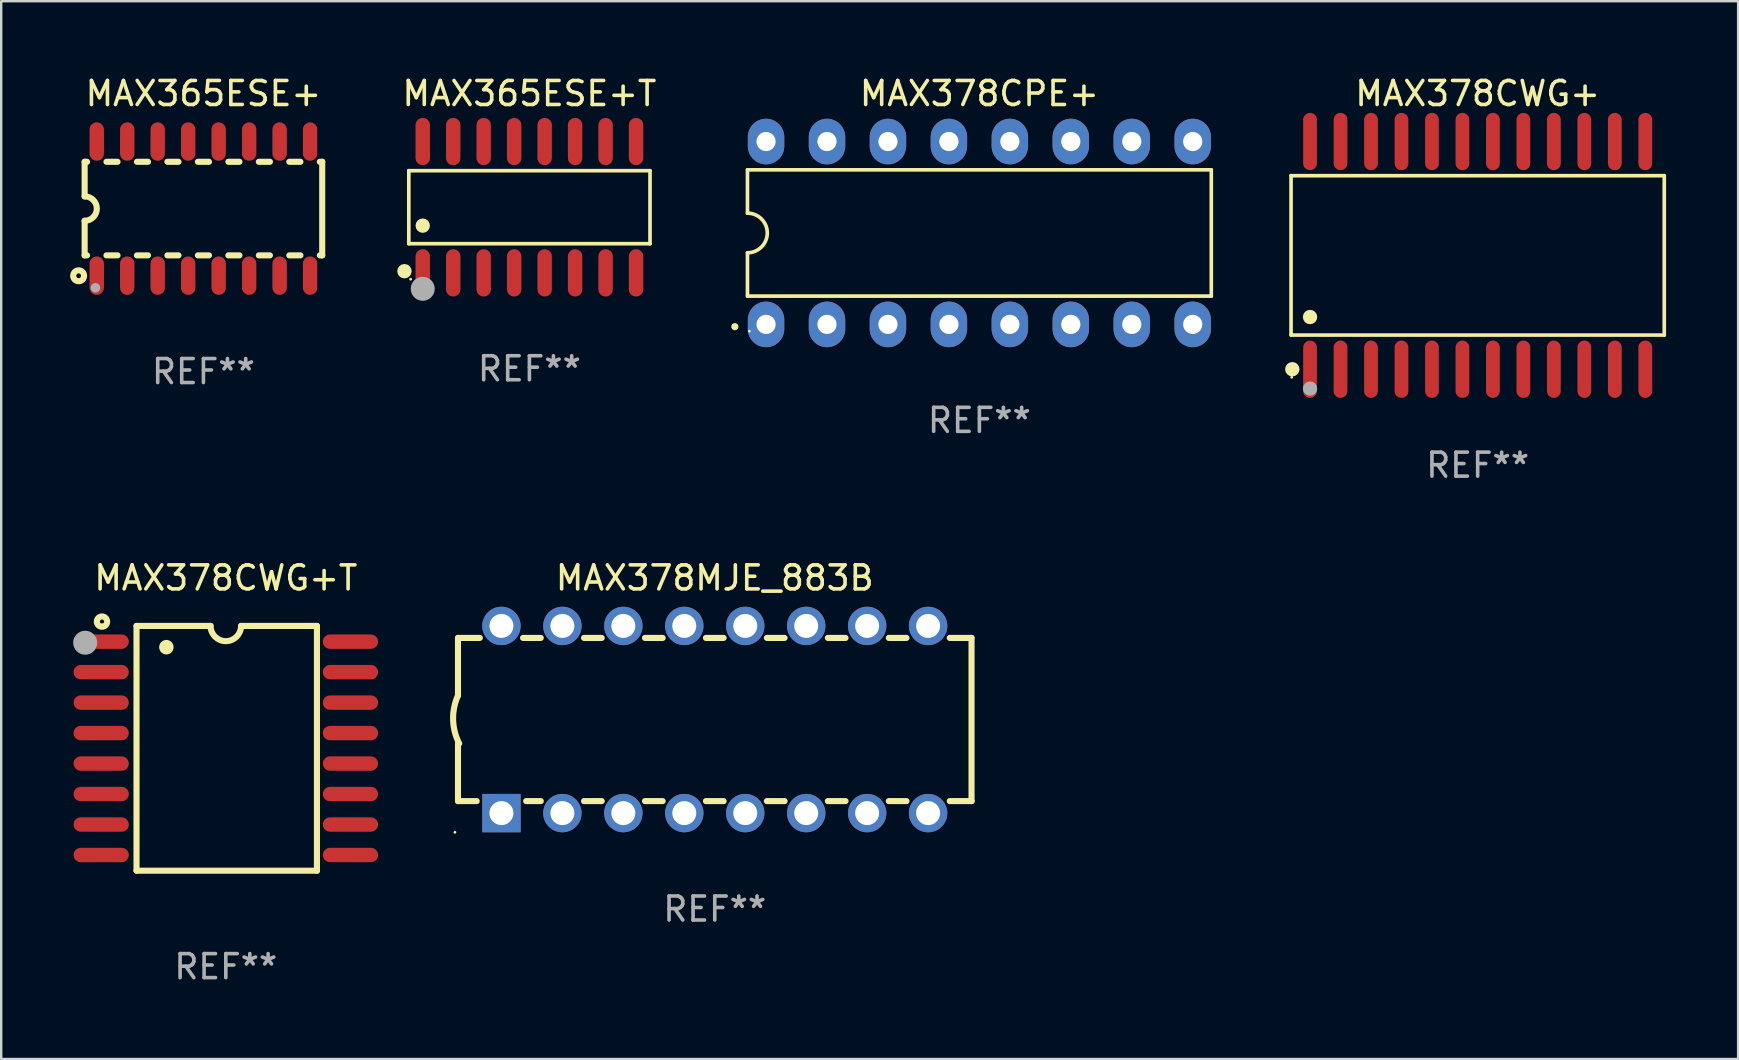
<source format=kicad_pcb>
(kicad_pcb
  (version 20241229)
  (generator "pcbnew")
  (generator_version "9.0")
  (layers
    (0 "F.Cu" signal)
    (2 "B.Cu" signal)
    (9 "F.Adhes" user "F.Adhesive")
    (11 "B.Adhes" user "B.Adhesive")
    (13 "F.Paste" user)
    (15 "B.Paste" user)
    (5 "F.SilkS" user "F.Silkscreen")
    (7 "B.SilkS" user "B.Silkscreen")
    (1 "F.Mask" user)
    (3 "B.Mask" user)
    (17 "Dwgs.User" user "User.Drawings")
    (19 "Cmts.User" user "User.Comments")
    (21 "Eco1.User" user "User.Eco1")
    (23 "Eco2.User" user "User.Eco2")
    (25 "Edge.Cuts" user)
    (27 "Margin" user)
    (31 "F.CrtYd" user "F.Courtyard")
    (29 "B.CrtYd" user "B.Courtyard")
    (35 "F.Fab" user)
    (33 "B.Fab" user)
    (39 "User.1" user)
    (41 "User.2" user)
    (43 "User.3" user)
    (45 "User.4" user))
  (footprint "MAX378CWG+T"
    (layer "F.Cu")
    (at 6.36 28.133)
    (property "Reference" "MAX378CWG+T" (at 0 -7.1 0) (layer "F.SilkS") (effects (font (size 1 1) (thickness 0.15))))
    (attr through_hole)
    (fp_line (start -3.721 -5.1) (end -3.721 5.1) (stroke (width 0.254) (type solid)) (layer "F.SilkS"))
    (fp_line (start -3.721 -5.1) (end -0.635 -5.1) (stroke (width 0.254) (type solid)) (layer "F.SilkS"))
    (fp_line (start -3.721 5.1) (end 3.797 5.1) (stroke (width 0.254) (type solid)) (layer "F.SilkS"))
    (fp_line (start 3.797 -5.1) (end 0.635 -5.1) (stroke (width 0.254) (type solid)) (layer "F.SilkS"))
    (fp_line (start 3.797 5.1) (end 3.797 -5.1) (stroke (width 0.254) (type solid)) (layer "F.SilkS"))
    (fp_arc (start -2.476556 -4.211328) (mid -2.476567 -4.213868) (end -2.476556 -4.216408) (stroke (width 0.6) (type solid)) (layer "F.SilkS"))
    (fp_arc (start 0.63495 -5.100076) (mid -0.000178 -4.465329) (end -0.635052 -5.10033) (stroke (width 0.254001) (type solid)) (layer "F.SilkS"))
    (fp_circle (center -5.16 -5.28) (end -4.945 -5.28) (stroke (width 0.254) (type solid)) (fill no) (layer "F.SilkS"))
    (fp_circle (center -5.15 -5.15) (end -5.12 -5.15) (stroke (width 0.06) (type solid)) (fill no) (layer "F.SilkS"))
    (fp_circle (center -5.86 -4.4) (end -5.61 -4.4) (stroke (width 0.5) (type solid)) (fill no) (layer "F.Fab"))
    (fp_text user "REF**" (at 0 9.1 0) (layer "F.Fab") (effects (font (size 1 1) (thickness 0.15))))
    (pad "1" smd oval (at -5.194 -4.445) (size 2.3 0.6) (layers "F.Cu" "F.Mask" "F.Paste"))
    (pad "2" smd oval (at -5.194 -3.175) (size 2.3 0.6) (layers "F.Cu" "F.Mask" "F.Paste"))
    (pad "3" smd oval (at -5.194 -1.905) (size 2.3 0.6) (layers "F.Cu" "F.Mask" "F.Paste"))
    (pad "4" smd oval (at -5.194 -0.635) (size 2.3 0.6) (layers "F.Cu" "F.Mask" "F.Paste"))
    (pad "5" smd oval (at -5.194 0.635) (size 2.3 0.6) (layers "F.Cu" "F.Mask" "F.Paste"))
    (pad "6" smd oval (at -5.194 1.905) (size 2.3 0.6) (layers "F.Cu" "F.Mask" "F.Paste"))
    (pad "7" smd oval (at -5.194 3.175) (size 2.3 0.6) (layers "F.Cu" "F.Mask" "F.Paste"))
    (pad "8" smd oval (at -5.194 4.445) (size 2.3 0.6) (layers "F.Cu" "F.Mask" "F.Paste"))
    (pad "9" smd oval (at 5.194 4.445) (size 2.3 0.6) (layers "F.Cu" "F.Mask" "F.Paste"))
    (pad "10" smd oval (at 5.194 3.175) (size 2.3 0.6) (layers "F.Cu" "F.Mask" "F.Paste"))
    (pad "11" smd oval (at 5.194 1.905) (size 2.3 0.6) (layers "F.Cu" "F.Mask" "F.Paste"))
    (pad "12" smd oval (at 5.194 0.635) (size 2.3 0.6) (layers "F.Cu" "F.Mask" "F.Paste"))
    (pad "13" smd oval (at 5.194 -0.635) (size 2.3 0.6) (layers "F.Cu" "F.Mask" "F.Paste"))
    (pad "14" smd oval (at 5.194 -1.905) (size 2.3 0.6) (layers "F.Cu" "F.Mask" "F.Paste"))
    (pad "15" smd oval (at 5.194 -3.175) (size 2.3 0.6) (layers "F.Cu" "F.Mask" "F.Paste"))
    (pad "16" smd oval (at 5.194 -4.445) (size 2.3 0.6) (layers "F.Cu" "F.Mask" "F.Paste")))
  (footprint "MAX365ESE+T"
    (layer "F.Cu")
    (at 19.011 5.584)
    (property "Reference" "MAX365ESE+T" (at 0 -4.736 0) (layer "F.SilkS") (effects (font (size 1 1) (thickness 0.15))))
    (attr through_hole)
    (fp_line (start -5.026 -1.521) (end 5.026 -1.521) (stroke (width 0.152) (type solid)) (layer "F.SilkS"))
    (fp_line (start -5.026 1.521) (end -5.026 -1.521) (stroke (width 0.152) (type solid)) (layer "F.SilkS"))
    (fp_line (start 5.026 -1.521) (end 5.026 1.521) (stroke (width 0.152) (type solid)) (layer "F.SilkS"))
    (fp_line (start 5.026 1.521) (end -5.026 1.521) (stroke (width 0.152) (type solid)) (layer "F.SilkS"))
    (fp_circle (center -5.207 2.667) (end -5.057 2.667) (stroke (width 0.3) (type solid)) (fill no) (layer "F.SilkS"))
    (fp_circle (center -4.95 3) (end -4.92 3) (stroke (width 0.06) (type solid)) (fill no) (layer "F.SilkS"))
    (fp_circle (center -4.445 0.769) (end -4.295 0.769) (stroke (width 0.3) (type solid)) (fill no) (layer "F.SilkS"))
    (fp_circle (center -4.445 3.4) (end -4.195 3.4) (stroke (width 0.5) (type solid)) (fill no) (layer "F.Fab"))
    (fp_text user "REF**" (at 0 6.736 0) (layer "F.Fab") (effects (font (size 1 1) (thickness 0.15))))
    (pad "1" smd oval (at -4.445 2.736) (size 0.602 1.971) (layers "F.Cu" "F.Mask" "F.Paste"))
    (pad "2" smd oval (at -3.175 2.736) (size 0.602 1.971) (layers "F.Cu" "F.Mask" "F.Paste"))
    (pad "3" smd oval (at -1.905 2.736) (size 0.602 1.971) (layers "F.Cu" "F.Mask" "F.Paste"))
    (pad "4" smd oval (at -0.635 2.736) (size 0.602 1.971) (layers "F.Cu" "F.Mask" "F.Paste"))
    (pad "5" smd oval (at 0.635 2.736) (size 0.602 1.971) (layers "F.Cu" "F.Mask" "F.Paste"))
    (pad "6" smd oval (at 1.905 2.736) (size 0.602 1.971) (layers "F.Cu" "F.Mask" "F.Paste"))
    (pad "7" smd oval (at 3.175 2.736) (size 0.602 1.971) (layers "F.Cu" "F.Mask" "F.Paste"))
    (pad "8" smd oval (at 4.445 2.736) (size 0.602 1.971) (layers "F.Cu" "F.Mask" "F.Paste"))
    (pad "9" smd oval (at 4.445 -2.736) (size 0.602 1.971) (layers "F.Cu" "F.Mask" "F.Paste"))
    (pad "10" smd oval (at 3.175 -2.736) (size 0.602 1.971) (layers "F.Cu" "F.Mask" "F.Paste"))
    (pad "11" smd oval (at 1.905 -2.736) (size 0.602 1.971) (layers "F.Cu" "F.Mask" "F.Paste"))
    (pad "12" smd oval (at 0.635 -2.736) (size 0.602 1.971) (layers "F.Cu" "F.Mask" "F.Paste"))
    (pad "13" smd oval (at -0.635 -2.736) (size 0.602 1.971) (layers "F.Cu" "F.Mask" "F.Paste"))
    (pad "14" smd oval (at -1.905 -2.736) (size 0.602 1.971) (layers "F.Cu" "F.Mask" "F.Paste"))
    (pad "15" smd oval (at -3.175 -2.736) (size 0.602 1.971) (layers "F.Cu" "F.Mask" "F.Paste"))
    (pad "16" smd oval (at -4.445 -2.736) (size 0.602 1.971) (layers "F.Cu" "F.Mask" "F.Paste")))
  (footprint "MAX378MJE_883B"
    (layer "F.Cu")
    (at 26.735 26.933)
    (property "Reference" "MAX378MJE_883B" (at 0 -5.9 0) (layer "F.SilkS") (effects (font (size 1 1) (thickness 0.15))))
    (attr through_hole)
    (fp_line (start -10.7 -3.4) (end -9.791 -3.4) (stroke (width 0.254) (type solid)) (layer "F.SilkS"))
    (fp_line (start -10.7 -0.998) (end -10.7 -3.4) (stroke (width 0.254) (type solid)) (layer "F.SilkS"))
    (fp_line (start -10.7 3.4) (end -10.7 1) (stroke (width 0.254) (type solid)) (layer "F.SilkS"))
    (fp_line (start -10.7 3.4) (end -9.921 3.4) (stroke (width 0.254) (type solid)) (layer "F.SilkS"))
    (fp_line (start -7.988 -3.4) (end -7.251 -3.4) (stroke (width 0.254) (type solid)) (layer "F.SilkS"))
    (fp_line (start -7.859 3.4) (end -7.251 3.4) (stroke (width 0.254) (type solid)) (layer "F.SilkS"))
    (fp_line (start -5.448 -3.4) (end -4.711 -3.4) (stroke (width 0.254) (type solid)) (layer "F.SilkS"))
    (fp_line (start -5.448 3.4) (end -4.711 3.4) (stroke (width 0.254) (type solid)) (layer "F.SilkS"))
    (fp_line (start -2.908 -3.4) (end -2.171 -3.4) (stroke (width 0.254) (type solid)) (layer "F.SilkS"))
    (fp_line (start -2.908 3.4) (end -2.171 3.4) (stroke (width 0.254) (type solid)) (layer "F.SilkS"))
    (fp_line (start -0.368 -3.4) (end 0.369 -3.4) (stroke (width 0.254) (type solid)) (layer "F.SilkS"))
    (fp_line (start -0.368 3.4) (end 0.369 3.4) (stroke (width 0.254) (type solid)) (layer "F.SilkS"))
    (fp_line (start 2.172 -3.4) (end 2.909 -3.4) (stroke (width 0.254) (type solid)) (layer "F.SilkS"))
    (fp_line (start 2.172 3.4) (end 2.909 3.4) (stroke (width 0.254) (type solid)) (layer "F.SilkS"))
    (fp_line (start 4.712 -3.4) (end 5.449 -3.4) (stroke (width 0.254) (type solid)) (layer "F.SilkS"))
    (fp_line (start 4.712 3.4) (end 5.449 3.4) (stroke (width 0.254) (type solid)) (layer "F.SilkS"))
    (fp_line (start 7.252 -3.4) (end 7.989 -3.4) (stroke (width 0.254) (type solid)) (layer "F.SilkS"))
    (fp_line (start 7.252 3.4) (end 7.989 3.4) (stroke (width 0.254) (type solid)) (layer "F.SilkS"))
    (fp_line (start 9.792 -3.4) (end 10.7 -3.4) (stroke (width 0.254) (type solid)) (layer "F.SilkS"))
    (fp_line (start 9.792 3.4) (end 10.7 3.4) (stroke (width 0.254) (type solid)) (layer "F.SilkS"))
    (fp_line (start 10.7 3.4) (end 10.7 -3.4) (stroke (width 0.254) (type solid)) (layer "F.SilkS"))
    (fp_arc (start -10.649962 0.99995) (mid -10.90314 0.005668) (end -10.699975 -1.000025) (stroke (width 0.254001) (type solid)) (layer "F.SilkS"))
    (fp_circle (center -10.827 4.7) (end -10.797 4.7) (stroke (width 0.06) (type solid)) (fill no) (layer "F.SilkS"))
    (fp_text user "REF**" (at 0 7.9 0) (layer "F.Fab") (effects (font (size 1 1) (thickness 0.15))))
    (pad "1" thru_hole rect (at -8.89 3.9 90) (size 1.6 1.6) (drill 1) (layers "*.Cu" "*.Mask"))
    (pad "2" thru_hole circle (at -6.35 3.9) (size 1.6 1.6) (drill 1) (layers "*.Cu" "*.Mask"))
    (pad "3" thru_hole circle (at -3.81 3.9) (size 1.6 1.6) (drill 1) (layers "*.Cu" "*.Mask"))
    (pad "4" thru_hole circle (at -1.27 3.9) (size 1.6 1.6) (drill 1) (layers "*.Cu" "*.Mask"))
    (pad "5" thru_hole circle (at 1.27 3.9) (size 1.6 1.6) (drill 1) (layers "*.Cu" "*.Mask"))
    (pad "6" thru_hole circle (at 3.81 3.9) (size 1.6 1.6) (drill 1) (layers "*.Cu" "*.Mask"))
    (pad "7" thru_hole circle (at 6.35 3.9) (size 1.6 1.6) (drill 1) (layers "*.Cu" "*.Mask"))
    (pad "8" thru_hole circle (at 8.89 3.9) (size 1.6 1.6) (drill 1) (layers "*.Cu" "*.Mask"))
    (pad "9" thru_hole circle (at 8.89 -3.9) (size 1.6 1.6) (drill 1) (layers "*.Cu" "*.Mask"))
    (pad "10" thru_hole circle (at 6.35 -3.9) (size 1.6 1.6) (drill 1) (layers "*.Cu" "*.Mask"))
    (pad "11" thru_hole circle (at 3.81 -3.9) (size 1.6 1.6) (drill 1) (layers "*.Cu" "*.Mask"))
    (pad "12" thru_hole circle (at 1.27 -3.9) (size 1.6 1.6) (drill 1) (layers "*.Cu" "*.Mask"))
    (pad "13" thru_hole circle (at -1.27 -3.9) (size 1.6 1.6) (drill 1) (layers "*.Cu" "*.Mask"))
    (pad "14" thru_hole circle (at -3.81 -3.9) (size 1.6 1.6) (drill 1) (layers "*.Cu" "*.Mask"))
    (pad "15" thru_hole circle (at -6.35 -3.9) (size 1.6 1.6) (drill 1) (layers "*.Cu" "*.Mask"))
    (pad "16" thru_hole circle (at -8.89 -3.9) (size 1.6 1.6) (drill 1) (layers "*.Cu" "*.Mask")))
  (footprint "MAX378CPE+"
    (layer "F.Cu")
    (at 37.762 6.658)
    (property "Reference" "MAX378CPE+" (at 0 -5.81 0) (layer "F.SilkS") (effects (font (size 1 1) (thickness 0.15))))
    (attr through_hole)
    (fp_line (start -9.664 -2.631) (end -9.664 -0.826) (stroke (width 0.152) (type solid)) (layer "F.SilkS"))
    (fp_line (start -9.664 0.826) (end -9.664 2.631) (stroke (width 0.152) (type solid)) (layer "F.SilkS"))
    (fp_line (start -9.664 2.631) (end 9.664 2.631) (stroke (width 0.152) (type solid)) (layer "F.SilkS"))
    (fp_line (start 9.664 -2.631) (end -9.664 -2.631) (stroke (width 0.152) (type solid)) (layer "F.SilkS"))
    (fp_line (start 9.664 2.631) (end 9.664 -2.631) (stroke (width 0.152) (type solid)) (layer "F.SilkS"))
    (fp_arc (start -9.663701 -0.825626) (mid -8.838075 0) (end -9.663701 0.825626) (stroke (width 0.1524) (type solid)) (layer "F.SilkS"))
    (fp_circle (center -10.19 3.905) (end -10.115 3.905) (stroke (width 0.15) (type solid)) (fill no) (layer "F.SilkS"))
    (fp_circle (center -9.588 4.09) (end -9.558 4.09) (stroke (width 0.06) (type solid)) (fill no) (layer "F.SilkS"))
    (fp_text user "REF**" (at 0 7.81 0) (layer "F.Fab") (effects (font (size 1 1) (thickness 0.15))))
    (pad "1" thru_hole oval (at -8.89 3.81) (size 1.52 1.9) (drill 0.8) (layers "*.Cu" "*.Mask"))
    (pad "2" thru_hole oval (at -6.35 3.81) (size 1.52 1.9) (drill 0.8) (layers "*.Cu" "*.Mask"))
    (pad "3" thru_hole oval (at -3.81 3.81) (size 1.52 1.9) (drill 0.8) (layers "*.Cu" "*.Mask"))
    (pad "4" thru_hole oval (at -1.27 3.81) (size 1.52 1.9) (drill 0.8) (layers "*.Cu" "*.Mask"))
    (pad "5" thru_hole oval (at 1.27 3.81) (size 1.52 1.9) (drill 0.8) (layers "*.Cu" "*.Mask"))
    (pad "6" thru_hole oval (at 3.81 3.81) (size 1.52 1.9) (drill 0.8) (layers "*.Cu" "*.Mask"))
    (pad "7" thru_hole oval (at 6.35 3.81) (size 1.52 1.9) (drill 0.8) (layers "*.Cu" "*.Mask"))
    (pad "8" thru_hole oval (at 8.89 3.81) (size 1.52 1.9) (drill 0.8) (layers "*.Cu" "*.Mask"))
    (pad "9" thru_hole oval (at 8.89 -3.81) (size 1.52 1.9) (drill 0.8) (layers "*.Cu" "*.Mask"))
    (pad "10" thru_hole oval (at 6.35 -3.81) (size 1.52 1.9) (drill 0.8) (layers "*.Cu" "*.Mask"))
    (pad "11" thru_hole oval (at 3.81 -3.81) (size 1.52 1.9) (drill 0.8) (layers "*.Cu" "*.Mask"))
    (pad "12" thru_hole oval (at 1.27 -3.81) (size 1.52 1.9) (drill 0.8) (layers "*.Cu" "*.Mask"))
    (pad "13" thru_hole oval (at -1.27 -3.81) (size 1.52 1.9) (drill 0.8) (layers "*.Cu" "*.Mask"))
    (pad "14" thru_hole oval (at -3.81 -3.81) (size 1.52 1.9) (drill 0.8) (layers "*.Cu" "*.Mask"))
    (pad "15" thru_hole oval (at -6.35 -3.81) (size 1.52 1.9) (drill 0.8) (layers "*.Cu" "*.Mask"))
    (pad "16" thru_hole oval (at -8.89 -3.81) (size 1.52 1.9) (drill 0.8) (layers "*.Cu" "*.Mask")))
  (footprint "MAX378CWG+"
    (layer "F.Cu")
    (at 58.526 7.592)
    (property "Reference" "MAX378CWG+" (at 0 -6.744 0) (layer "F.SilkS") (effects (font (size 1 1) (thickness 0.15))))
    (attr through_hole)
    (fp_line (start -7.776 -3.321) (end 7.776 -3.321) (stroke (width 0.152) (type solid)) (layer "F.SilkS"))
    (fp_line (start -7.776 3.321) (end -7.776 -3.321) (stroke (width 0.152) (type solid)) (layer "F.SilkS"))
    (fp_line (start 7.776 -3.321) (end 7.776 3.321) (stroke (width 0.152) (type solid)) (layer "F.SilkS"))
    (fp_line (start 7.776 3.321) (end -7.776 3.321) (stroke (width 0.152) (type solid)) (layer "F.SilkS"))
    (fp_circle (center -7.747 5.08) (end -7.717 5.08) (stroke (width 0.06) (type solid)) (fill no) (layer "F.SilkS"))
    (fp_circle (center -7.724 4.744) (end -7.574 4.744) (stroke (width 0.3) (type solid)) (fill no) (layer "F.SilkS"))
    (fp_circle (center -6.985 2.569) (end -6.835 2.569) (stroke (width 0.3) (type solid)) (fill no) (layer "F.SilkS"))
    (fp_circle (center -6.985 5.55) (end -6.835 5.55) (stroke (width 0.3) (type solid)) (fill no) (layer "F.Fab"))
    (fp_text user "REF**" (at 0 8.744 0) (layer "F.Fab") (effects (font (size 1 1) (thickness 0.15))))
    (pad "1" smd oval (at -6.985 4.744) (size 0.574 2.388) (layers "F.Cu" "F.Mask" "F.Paste"))
    (pad "2" smd oval (at -5.715 4.744) (size 0.574 2.388) (layers "F.Cu" "F.Mask" "F.Paste"))
    (pad "3" smd oval (at -4.445 4.744) (size 0.574 2.388) (layers "F.Cu" "F.Mask" "F.Paste"))
    (pad "4" smd oval (at -3.175 4.744) (size 0.574 2.388) (layers "F.Cu" "F.Mask" "F.Paste"))
    (pad "5" smd oval (at -1.905 4.744) (size 0.574 2.388) (layers "F.Cu" "F.Mask" "F.Paste"))
    (pad "6" smd oval (at -0.635 4.744) (size 0.574 2.388) (layers "F.Cu" "F.Mask" "F.Paste"))
    (pad "7" smd oval (at 0.635 4.744) (size 0.574 2.388) (layers "F.Cu" "F.Mask" "F.Paste"))
    (pad "8" smd oval (at 1.905 4.744) (size 0.574 2.388) (layers "F.Cu" "F.Mask" "F.Paste"))
    (pad "9" smd oval (at 3.175 4.744) (size 0.574 2.388) (layers "F.Cu" "F.Mask" "F.Paste"))
    (pad "10" smd oval (at 4.445 4.744) (size 0.574 2.388) (layers "F.Cu" "F.Mask" "F.Paste"))
    (pad "11" smd oval (at 5.715 4.744) (size 0.574 2.388) (layers "F.Cu" "F.Mask" "F.Paste"))
    (pad "12" smd oval (at 6.985 4.744) (size 0.574 2.388) (layers "F.Cu" "F.Mask" "F.Paste"))
    (pad "13" smd oval (at 6.985 -4.744) (size 0.574 2.388) (layers "F.Cu" "F.Mask" "F.Paste"))
    (pad "14" smd oval (at 5.715 -4.744) (size 0.574 2.388) (layers "F.Cu" "F.Mask" "F.Paste"))
    (pad "15" smd oval (at 4.445 -4.744) (size 0.574 2.388) (layers "F.Cu" "F.Mask" "F.Paste"))
    (pad "16" smd oval (at 3.175 -4.744) (size 0.574 2.388) (layers "F.Cu" "F.Mask" "F.Paste"))
    (pad "17" smd oval (at 1.905 -4.744) (size 0.574 2.388) (layers "F.Cu" "F.Mask" "F.Paste"))
    (pad "18" smd oval (at 0.635 -4.744) (size 0.574 2.388) (layers "F.Cu" "F.Mask" "F.Paste"))
    (pad "19" smd oval (at -0.635 -4.744) (size 0.574 2.388) (layers "F.Cu" "F.Mask" "F.Paste"))
    (pad "20" smd oval (at -1.905 -4.744) (size 0.574 2.388) (layers "F.Cu" "F.Mask" "F.Paste"))
    (pad "21" smd oval (at -3.175 -4.744) (size 0.574 2.388) (layers "F.Cu" "F.Mask" "F.Paste"))
    (pad "22" smd oval (at -4.445 -4.744) (size 0.574 2.388) (layers "F.Cu" "F.Mask" "F.Paste"))
    (pad "23" smd oval (at -5.715 -4.744) (size 0.574 2.388) (layers "F.Cu" "F.Mask" "F.Paste"))
    (pad "24" smd oval (at -6.985 -4.744) (size 0.574 2.388) (layers "F.Cu" "F.Mask" "F.Paste")))
  (footprint "MAX365ESE+"
    (layer "F.Cu")
    (at 5.427 5.642)
    (property "Reference" "MAX365ESE+" (at 0 -4.794 0) (layer "F.SilkS") (effects (font (size 1 1) (thickness 0.15))))
    (attr through_hole)
    (fp_line (start -4.95 -1.95) (end -4.95 -0.508) (stroke (width 0.254) (type solid)) (layer "F.SilkS"))
    (fp_line (start -4.95 -1.95) (end -4.849 -1.95) (stroke (width 0.254) (type solid)) (layer "F.SilkS"))
    (fp_line (start -4.95 1.95) (end -4.95 0.508) (stroke (width 0.254) (type solid)) (layer "F.SilkS"))
    (fp_line (start -4.95 1.95) (end -4.849 1.95) (stroke (width 0.254) (type solid)) (layer "F.SilkS"))
    (fp_line (start -4.041 -1.95) (end -3.579 -1.95) (stroke (width 0.254) (type solid)) (layer "F.SilkS"))
    (fp_line (start -4.041 1.95) (end -3.579 1.95) (stroke (width 0.254) (type solid)) (layer "F.SilkS"))
    (fp_line (start -2.771 -1.95) (end -2.309 -1.95) (stroke (width 0.254) (type solid)) (layer "F.SilkS"))
    (fp_line (start -2.771 1.95) (end -2.309 1.95) (stroke (width 0.254) (type solid)) (layer "F.SilkS"))
    (fp_line (start -1.501 -1.95) (end -1.039 -1.95) (stroke (width 0.254) (type solid)) (layer "F.SilkS"))
    (fp_line (start -1.501 1.95) (end -1.039 1.95) (stroke (width 0.254) (type solid)) (layer "F.SilkS"))
    (fp_line (start -0.231 -1.95) (end 0.231 -1.95) (stroke (width 0.254) (type solid)) (layer "F.SilkS"))
    (fp_line (start -0.231 1.95) (end 0.231 1.95) (stroke (width 0.254) (type solid)) (layer "F.SilkS"))
    (fp_line (start 1.039 -1.95) (end 1.501 -1.95) (stroke (width 0.254) (type solid)) (layer "F.SilkS"))
    (fp_line (start 1.039 1.95) (end 1.501 1.95) (stroke (width 0.254) (type solid)) (layer "F.SilkS"))
    (fp_line (start 2.309 -1.95) (end 2.771 -1.95) (stroke (width 0.254) (type solid)) (layer "F.SilkS"))
    (fp_line (start 2.309 1.95) (end 2.771 1.95) (stroke (width 0.254) (type solid)) (layer "F.SilkS"))
    (fp_line (start 3.579 -1.95) (end 4.041 -1.95) (stroke (width 0.254) (type solid)) (layer "F.SilkS"))
    (fp_line (start 3.579 1.95) (end 4.041 1.95) (stroke (width 0.254) (type solid)) (layer "F.SilkS"))
    (fp_line (start 4.849 -1.95) (end 4.95 -1.95) (stroke (width 0.254) (type solid)) (layer "F.SilkS"))
    (fp_line (start 4.849 1.95) (end 4.95 1.95) (stroke (width 0.254) (type solid)) (layer "F.SilkS"))
    (fp_line (start 4.95 -1.95) (end 4.95 1.95) (stroke (width 0.254) (type solid)) (layer "F.SilkS"))
    (fp_arc (start -4.95047 -0.508001) (mid -4.442469 -0.000228) (end -4.950013 0.508001) (stroke (width 0.254001) (type solid)) (layer "F.SilkS"))
    (fp_circle (center -5.2 2.8) (end -5.1 2.8) (stroke (width 0.254) (type solid)) (fill no) (layer "F.SilkS"))
    (fp_circle (center -4.95 2.947) (end -4.92 2.947) (stroke (width 0.06) (type solid)) (fill no) (layer "F.SilkS"))
    (fp_circle (center -4.5 3.3) (end -4.4 3.3) (stroke (width 0.2) (type solid)) (fill no) (layer "F.Fab"))
    (fp_text user "REF**" (at 0 6.794 0) (layer "F.Fab") (effects (font (size 1 1) (thickness 0.15))))
    (pad "1" smd oval (at -4.445 2.794) (size 0.6 1.6) (layers "F.Cu" "F.Mask" "F.Paste"))
    (pad "2" smd oval (at -3.175 2.794) (size 0.6 1.6) (layers "F.Cu" "F.Mask" "F.Paste"))
    (pad "3" smd oval (at -1.905 2.794) (size 0.6 1.6) (layers "F.Cu" "F.Mask" "F.Paste"))
    (pad "4" smd oval (at -0.635 2.794) (size 0.6 1.6) (layers "F.Cu" "F.Mask" "F.Paste"))
    (pad "5" smd oval (at 0.635 2.794) (size 0.6 1.6) (layers "F.Cu" "F.Mask" "F.Paste"))
    (pad "6" smd oval (at 1.905 2.794) (size 0.6 1.6) (layers "F.Cu" "F.Mask" "F.Paste"))
    (pad "7" smd oval (at 3.175 2.794) (size 0.6 1.6) (layers "F.Cu" "F.Mask" "F.Paste"))
    (pad "8" smd oval (at 4.445 2.794) (size 0.6 1.6) (layers "F.Cu" "F.Mask" "F.Paste"))
    (pad "9" smd oval (at 4.445 -2.794) (size 0.6 1.6) (layers "F.Cu" "F.Mask" "F.Paste"))
    (pad "10" smd oval (at 3.175 -2.794) (size 0.6 1.6) (layers "F.Cu" "F.Mask" "F.Paste"))
    (pad "11" smd oval (at 1.905 -2.794) (size 0.6 1.6) (layers "F.Cu" "F.Mask" "F.Paste"))
    (pad "12" smd oval (at 0.635 -2.794) (size 0.6 1.6) (layers "F.Cu" "F.Mask" "F.Paste"))
    (pad "13" smd oval (at -0.635 -2.794) (size 0.6 1.6) (layers "F.Cu" "F.Mask" "F.Paste"))
    (pad "14" smd oval (at -1.905 -2.794) (size 0.6 1.6) (layers "F.Cu" "F.Mask" "F.Paste"))
    (pad "15" smd oval (at -3.175 -2.794) (size 0.6 1.6) (layers "F.Cu" "F.Mask" "F.Paste"))
    (pad "16" smd oval (at -4.445 -2.794) (size 0.6 1.6) (layers "F.Cu" "F.Mask" "F.Paste")))
  (gr_rect
    (start -3 -3)
    (end 69.379 41.081)
    (stroke (width 0.1) (type default))
    (fill no)
    (layer "Edge.Cuts")))
</source>
